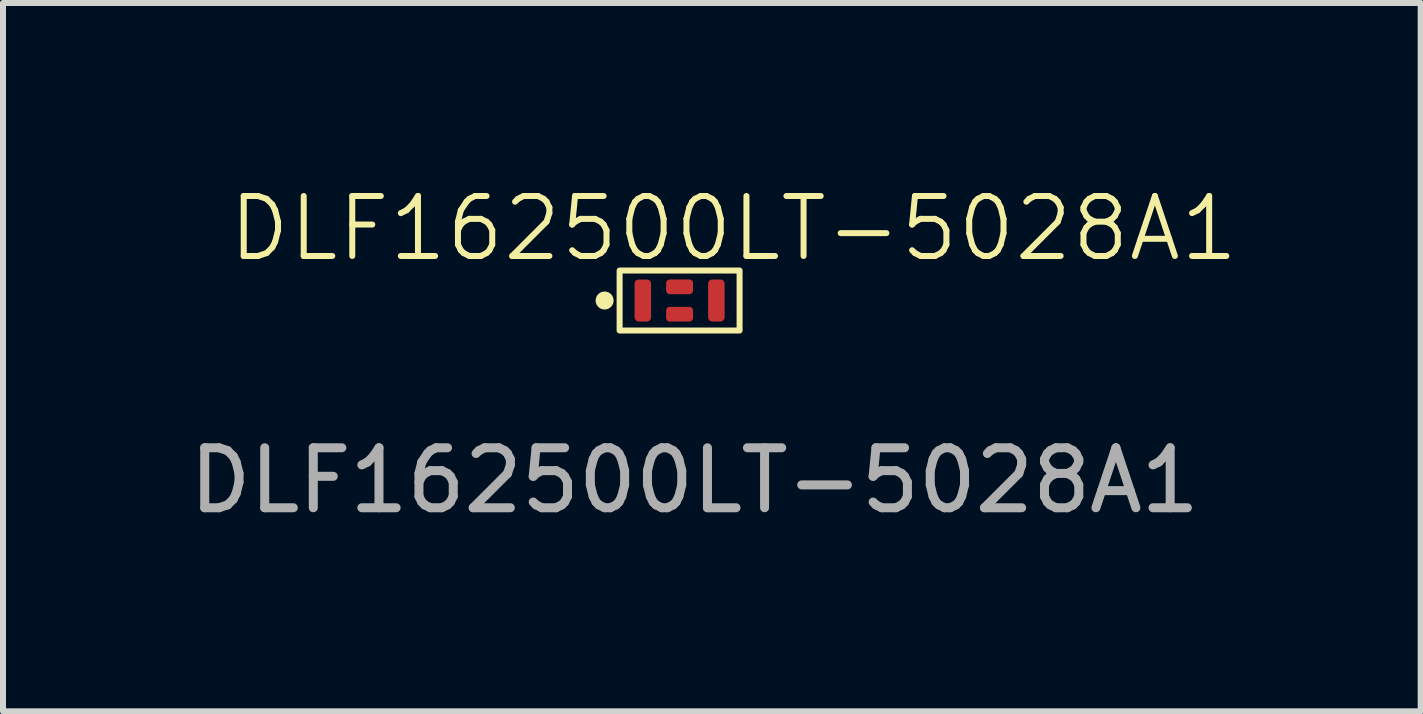
<source format=kicad_pcb>
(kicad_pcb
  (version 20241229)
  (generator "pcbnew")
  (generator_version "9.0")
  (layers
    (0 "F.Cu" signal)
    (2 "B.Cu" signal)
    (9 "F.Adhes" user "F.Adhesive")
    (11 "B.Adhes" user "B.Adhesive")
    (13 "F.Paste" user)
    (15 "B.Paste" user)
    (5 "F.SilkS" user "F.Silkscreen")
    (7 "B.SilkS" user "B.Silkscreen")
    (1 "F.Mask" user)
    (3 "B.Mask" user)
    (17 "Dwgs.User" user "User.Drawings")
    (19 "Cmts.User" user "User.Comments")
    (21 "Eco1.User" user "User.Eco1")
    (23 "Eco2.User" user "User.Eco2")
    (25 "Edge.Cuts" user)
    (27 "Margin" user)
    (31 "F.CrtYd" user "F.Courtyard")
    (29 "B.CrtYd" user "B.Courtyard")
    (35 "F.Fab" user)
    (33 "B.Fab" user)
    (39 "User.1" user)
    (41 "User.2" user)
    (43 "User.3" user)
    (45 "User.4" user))
  (footprint "DLF162500LT-5028A1"
    (layer "F.Cu")
    (at 8.28 1.96)
    (property "Reference" "DLF162500LT-5028A1" (at 0.9 -1.2 0) (unlocked yes) (layer "F.SilkS") (effects (font (size 1 1) (thickness 0.1))))
    (attr smd)
    (fp_rect (start -1 -0.5) (end 1 0.5) (stroke (width 0.1) (type default)) (fill no) (layer "F.SilkS"))
    (fp_circle (center -1.25 0) (end -1.15 0) (stroke (width 0.1) (type solid)) (fill yes) (layer "F.SilkS"))
    (fp_text user "${REFERENCE}" (at 0.25 3 0) (unlocked yes) (layer "F.Fab") (effects (font (size 1 1) (thickness 0.15))))
    (pad "1" smd roundrect (at -0.613 0) (size 0.275 0.7) (layers "F.Cu" "F.Mask" "F.Paste") (roundrect_rratio 0.25))
    (pad "2" smd roundrect (at 0 -0.228 90) (size 0.245 0.45) (layers "F.Cu" "F.Mask" "F.Paste") (roundrect_rratio 0.25))
    (pad "3" smd roundrect (at 0.613 0) (size 0.275 0.7) (layers "F.Cu" "F.Mask" "F.Paste") (roundrect_rratio 0.25))
    (pad "4" smd roundrect (at 0 0.228 90) (size 0.245 0.45) (layers "F.Cu" "F.Mask" "F.Paste") (roundrect_rratio 0.25)))
  (gr_rect
    (start -3 -3)
    (end 20.635 8.809)
    (stroke (width 0.1) (type default))
    (fill no)
    (layer "Edge.Cuts")))
</source>
